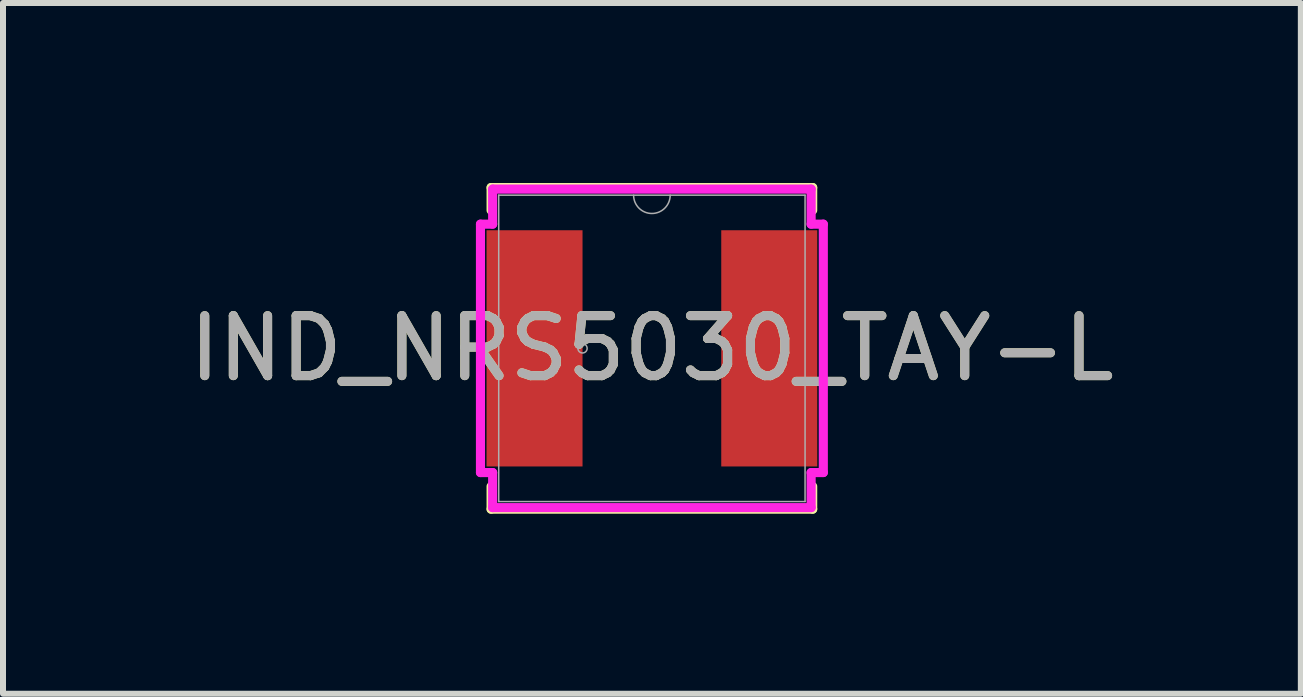
<source format=kicad_pcb>
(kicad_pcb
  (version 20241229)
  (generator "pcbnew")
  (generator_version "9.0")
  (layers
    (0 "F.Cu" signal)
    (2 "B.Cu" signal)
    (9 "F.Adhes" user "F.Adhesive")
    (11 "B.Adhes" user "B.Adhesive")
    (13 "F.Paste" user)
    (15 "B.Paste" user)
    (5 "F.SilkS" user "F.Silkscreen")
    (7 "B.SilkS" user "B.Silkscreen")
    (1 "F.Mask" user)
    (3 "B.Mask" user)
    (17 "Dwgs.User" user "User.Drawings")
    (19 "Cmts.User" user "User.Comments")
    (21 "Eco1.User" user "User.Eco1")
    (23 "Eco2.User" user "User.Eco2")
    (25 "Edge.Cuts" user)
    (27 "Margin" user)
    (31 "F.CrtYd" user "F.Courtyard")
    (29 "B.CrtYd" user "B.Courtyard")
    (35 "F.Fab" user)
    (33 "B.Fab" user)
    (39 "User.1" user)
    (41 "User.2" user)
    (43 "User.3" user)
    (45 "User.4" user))
  (footprint "IND_NRS5030_TAY-L"
    (layer "F.Cu")
    (at 7.815 2.756)
    (property "Reference" "IND_NRS5030_TAY-L" (at 0 0 0) (unlocked yes) (layer "F.SilkS") (effects (font (size 1 1) (thickness 0.15))))
    (attr smd)
    (fp_line (start -2.68 -2.68) (end -2.68 -2.301) (stroke (width 0.152) (type solid)) (layer "F.SilkS"))
    (fp_line (start -2.68 2.301) (end -2.68 2.68) (stroke (width 0.152) (type solid)) (layer "F.SilkS"))
    (fp_line (start -2.68 2.68) (end 2.68 2.68) (stroke (width 0.152) (type solid)) (layer "F.SilkS"))
    (fp_line (start 2.68 -2.68) (end -2.68 -2.68) (stroke (width 0.152) (type solid)) (layer "F.SilkS"))
    (fp_line (start 2.68 -2.301) (end 2.68 -2.68) (stroke (width 0.152) (type solid)) (layer "F.SilkS"))
    (fp_line (start 2.68 2.68) (end 2.68 2.301) (stroke (width 0.152) (type solid)) (layer "F.SilkS"))
    (fp_line (start -2.857 -2.07) (end -2.654 -2.07) (stroke (width 0.152) (type solid)) (layer "F.CrtYd"))
    (fp_line (start -2.857 2.07) (end -2.857 -2.07) (stroke (width 0.152) (type solid)) (layer "F.CrtYd"))
    (fp_line (start -2.857 2.07) (end -2.654 2.07) (stroke (width 0.152) (type solid)) (layer "F.CrtYd"))
    (fp_line (start -2.654 -2.654) (end 2.654 -2.654) (stroke (width 0.152) (type solid)) (layer "F.CrtYd"))
    (fp_line (start -2.654 -2.07) (end -2.654 -2.654) (stroke (width 0.152) (type solid)) (layer "F.CrtYd"))
    (fp_line (start -2.654 2.654) (end -2.654 2.07) (stroke (width 0.152) (type solid)) (layer "F.CrtYd"))
    (fp_line (start 2.654 -2.654) (end 2.654 -2.07) (stroke (width 0.152) (type solid)) (layer "F.CrtYd"))
    (fp_line (start 2.654 2.07) (end 2.654 2.654) (stroke (width 0.152) (type solid)) (layer "F.CrtYd"))
    (fp_line (start 2.654 2.654) (end -2.654 2.654) (stroke (width 0.152) (type solid)) (layer "F.CrtYd"))
    (fp_line (start 2.857 -2.07) (end 2.654 -2.07) (stroke (width 0.152) (type solid)) (layer "F.CrtYd"))
    (fp_line (start 2.857 -2.07) (end 2.857 2.07) (stroke (width 0.152) (type solid)) (layer "F.CrtYd"))
    (fp_line (start 2.857 2.07) (end 2.654 2.07) (stroke (width 0.152) (type solid)) (layer "F.CrtYd"))
    (fp_line (start -2.553 -2.553) (end -2.553 2.553) (stroke (width 0.025) (type solid)) (layer "F.Fab"))
    (fp_line (start -2.553 2.553) (end 2.553 2.553) (stroke (width 0.025) (type solid)) (layer "F.Fab"))
    (fp_line (start 2.553 -2.553) (end -2.553 -2.553) (stroke (width 0.025) (type solid)) (layer "F.Fab"))
    (fp_line (start 2.553 2.553) (end 2.553 -2.553) (stroke (width 0.025) (type solid)) (layer "F.Fab"))
    (fp_arc (start 0.3048 -2.5527) (mid 0 -2.2479) (end -0.3048 -2.5527) (stroke (width 0.0254) (type solid)) (layer "F.Fab"))
    (fp_circle (center -1.156 0) (end -1.079 0) (stroke (width 0.025) (type solid)) (fill no) (layer "F.Fab"))
    (fp_text user "${REFERENCE}" (at 0 0 0) (unlocked yes) (layer "F.Fab") (effects (font (size 1 1) (thickness 0.15))))
    (pad "1" smd rect (at -1.956 0) (size 1.6 3.937) (layers "F.Cu" "F.Mask" "F.Paste"))
    (pad "2" smd rect (at 1.956 0) (size 1.6 3.937) (layers "F.Cu" "F.Mask" "F.Paste")))
  (gr_rect
    (start -3 -3)
    (end 18.631 8.512)
    (stroke (width 0.1) (type default))
    (fill no)
    (layer "Edge.Cuts")))
</source>
